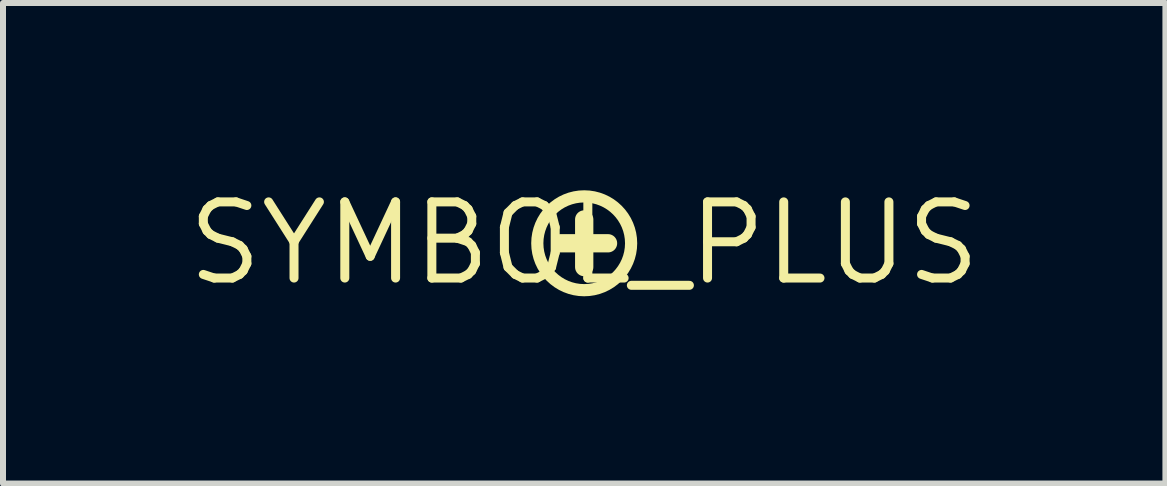
<source format=kicad_pcb>
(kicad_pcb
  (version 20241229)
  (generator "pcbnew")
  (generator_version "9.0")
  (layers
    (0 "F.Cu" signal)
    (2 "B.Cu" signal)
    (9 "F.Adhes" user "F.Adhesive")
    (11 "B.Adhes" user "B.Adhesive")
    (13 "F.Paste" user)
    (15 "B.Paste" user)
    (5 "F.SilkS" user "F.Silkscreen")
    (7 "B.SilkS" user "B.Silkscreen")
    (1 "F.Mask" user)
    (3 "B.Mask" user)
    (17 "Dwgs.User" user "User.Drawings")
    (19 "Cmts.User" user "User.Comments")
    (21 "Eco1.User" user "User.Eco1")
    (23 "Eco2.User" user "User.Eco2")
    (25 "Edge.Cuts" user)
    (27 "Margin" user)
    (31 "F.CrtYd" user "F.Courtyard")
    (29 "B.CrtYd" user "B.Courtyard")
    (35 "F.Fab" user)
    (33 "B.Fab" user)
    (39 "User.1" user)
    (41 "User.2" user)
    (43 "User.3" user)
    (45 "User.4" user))
  (footprint "SYMBOL_PLUS"
    (layer "F.Cu")
    (at 6.69 1.006)
    (property "Reference" "SYMBOL_PLUS" (at 0 0 0) (layer "F.SilkS") (effects (font (size 1.27 1.27) (thickness 0.15))))
    (attr through_hole)
    (fp_line (start 0 -0.397) (end 0 0.397) (stroke (width 0.305) (type solid)) (layer "F.SilkS"))
    (fp_line (start 0.397 0) (end -0.397 0) (stroke (width 0.305) (type solid)) (layer "F.SilkS"))
    (fp_circle (center 0 0) (end 0.782 0) (stroke (width 0.203) (type solid)) (fill no) (layer "F.SilkS")))
  (gr_rect
    (start -3 -3)
    (end 16.38 5.012)
    (stroke (width 0.1) (type default))
    (fill no)
    (layer "Edge.Cuts")))
</source>
